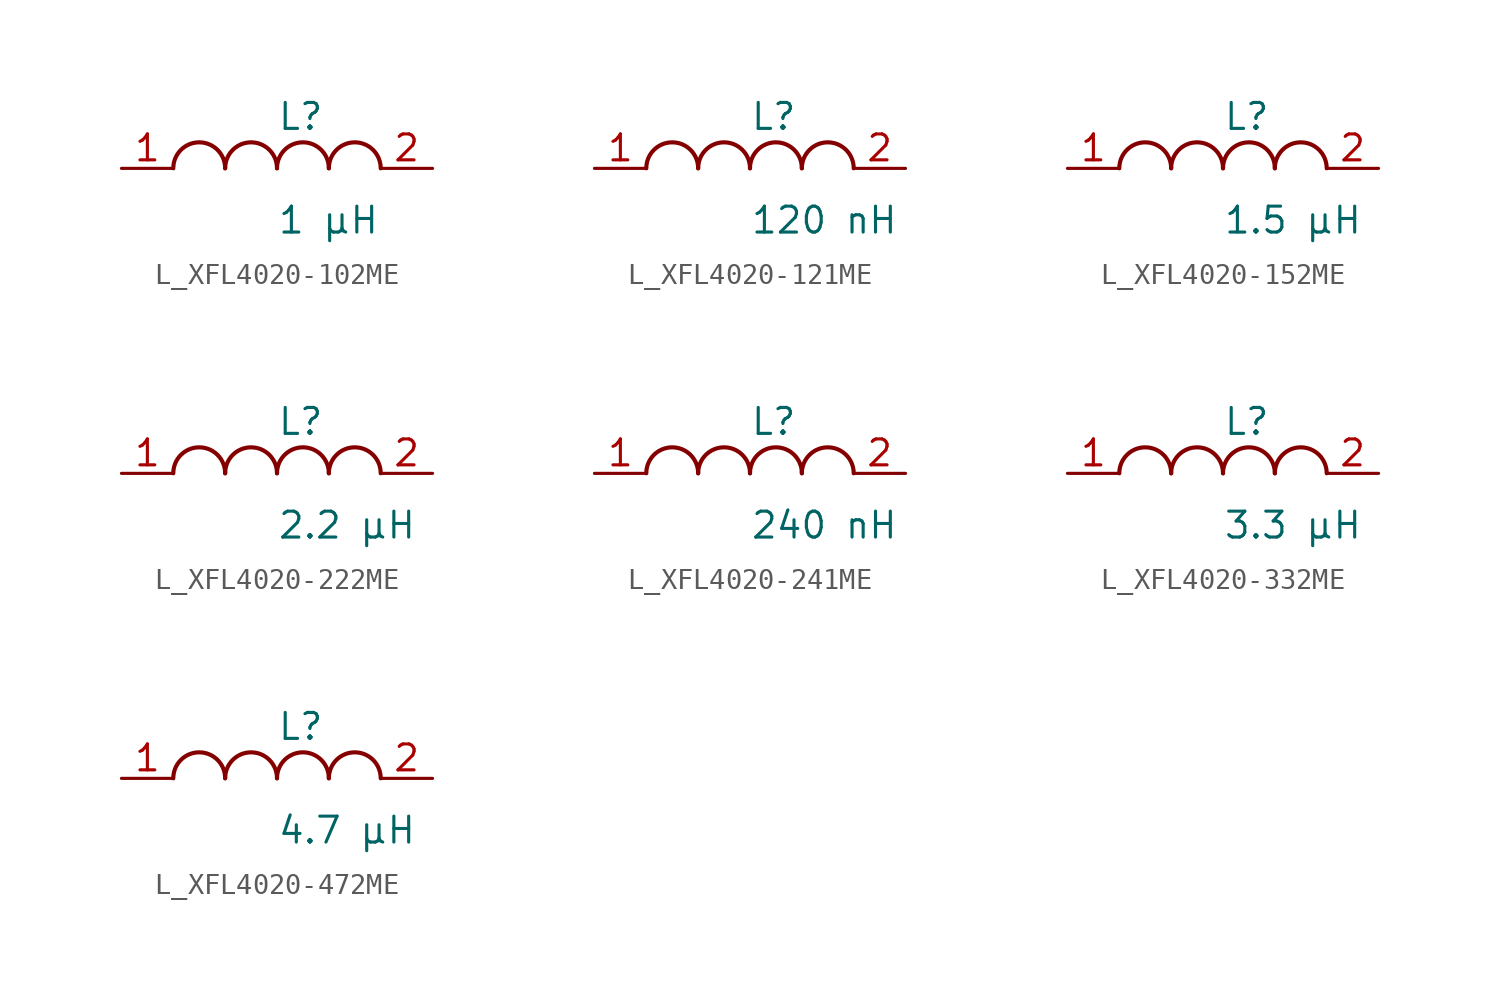
<source format=kicad_sym>
(kicad_symbol_lib
  (version 20231120)
  (generator kicad_symbol_editor)
  (generator_version 8.0)
  (symbol "L_XFL4020-102ME"
    (pin_names
      (offset 0.254))
    (property "Reference" "L"
      (at 0 2.54 0)
      (effects (font (size 1.27 1.27)) (justify left)))
    (property "Value" "1 µH"
      (at 0 -2.54 0)
      (effects (font (size 1.27 1.27)) (justify left)))
    (symbol "L_XFL4020-102ME_1_1"
      (arc (start -2.54 0.0056) (mid -3.81 1.27) (end -5.08 0.0056) (stroke (width 0.2032) (type default)) (fill (type none)))
      (arc (start 0 0.0056) (mid -1.27 1.27) (end -2.54 0.0056) (stroke (width 0.2032) (type default)) (fill (type none)))
      (arc (start 2.54 0.0056) (mid 1.27 1.27) (end 0 0.0056) (stroke (width 0.2032) (type default)) (fill (type none)))
      (arc (start 5.08 0.0056) (mid 3.81 1.27) (end 2.54 0.0056) (stroke (width 0.2032) (type default)) (fill (type none)))
      (pin unspecified line (at -7.62 0 0) (length 2.54) (name "" (effects (font (size 1.27 1.27)))) (number "1" (effects (font (size 1.27 1.27)))))
      (pin unspecified line (at 7.62 0 180) (length 2.54) (name "" (effects (font (size 1.27 1.27)))) (number "2" (effects (font (size 1.27 1.27)))))))
  (symbol "L_XFL4020-121ME"
    (pin_names
      (offset 0.254))
    (property "Reference" "L"
      (at 0 2.54 0)
      (effects (font (size 1.27 1.27)) (justify left)))
    (property "Value" "120 nH"
      (at 0 -2.54 0)
      (effects (font (size 1.27 1.27)) (justify left)))
    (symbol "L_XFL4020-121ME_1_1"
      (arc (start -2.54 0.0056) (mid -3.81 1.27) (end -5.08 0.0056) (stroke (width 0.2032) (type default)) (fill (type none)))
      (arc (start 0 0.0056) (mid -1.27 1.27) (end -2.54 0.0056) (stroke (width 0.2032) (type default)) (fill (type none)))
      (arc (start 2.54 0.0056) (mid 1.27 1.27) (end 0 0.0056) (stroke (width 0.2032) (type default)) (fill (type none)))
      (arc (start 5.08 0.0056) (mid 3.81 1.27) (end 2.54 0.0056) (stroke (width 0.2032) (type default)) (fill (type none)))
      (pin unspecified line (at -7.62 0 0) (length 2.54) (name "" (effects (font (size 1.27 1.27)))) (number "1" (effects (font (size 1.27 1.27)))))
      (pin unspecified line (at 7.62 0 180) (length 2.54) (name "" (effects (font (size 1.27 1.27)))) (number "2" (effects (font (size 1.27 1.27)))))))
  (symbol "L_XFL4020-152ME"
    (pin_names
      (offset 0.254))
    (property "Reference" "L"
      (at 0 2.54 0)
      (effects (font (size 1.27 1.27)) (justify left)))
    (property "Value" "1.5 µH"
      (at 0 -2.54 0)
      (effects (font (size 1.27 1.27)) (justify left)))
    (symbol "L_XFL4020-152ME_1_1"
      (arc (start -2.54 0.0056) (mid -3.81 1.27) (end -5.08 0.0056) (stroke (width 0.2032) (type default)) (fill (type none)))
      (arc (start 0 0.0056) (mid -1.27 1.27) (end -2.54 0.0056) (stroke (width 0.2032) (type default)) (fill (type none)))
      (arc (start 2.54 0.0056) (mid 1.27 1.27) (end 0 0.0056) (stroke (width 0.2032) (type default)) (fill (type none)))
      (arc (start 5.08 0.0056) (mid 3.81 1.27) (end 2.54 0.0056) (stroke (width 0.2032) (type default)) (fill (type none)))
      (pin unspecified line (at -7.62 0 0) (length 2.54) (name "" (effects (font (size 1.27 1.27)))) (number "1" (effects (font (size 1.27 1.27)))))
      (pin unspecified line (at 7.62 0 180) (length 2.54) (name "" (effects (font (size 1.27 1.27)))) (number "2" (effects (font (size 1.27 1.27)))))))
  (symbol "L_XFL4020-222ME"
    (pin_names
      (offset 0.254))
    (property "Reference" "L"
      (at 0 2.54 0)
      (effects (font (size 1.27 1.27)) (justify left)))
    (property "Value" "2.2 µH"
      (at 0 -2.54 0)
      (effects (font (size 1.27 1.27)) (justify left)))
    (symbol "L_XFL4020-222ME_1_1"
      (arc (start -2.54 0.0056) (mid -3.81 1.27) (end -5.08 0.0056) (stroke (width 0.2032) (type default)) (fill (type none)))
      (arc (start 0 0.0056) (mid -1.27 1.27) (end -2.54 0.0056) (stroke (width 0.2032) (type default)) (fill (type none)))
      (arc (start 2.54 0.0056) (mid 1.27 1.27) (end 0 0.0056) (stroke (width 0.2032) (type default)) (fill (type none)))
      (arc (start 5.08 0.0056) (mid 3.81 1.27) (end 2.54 0.0056) (stroke (width 0.2032) (type default)) (fill (type none)))
      (pin unspecified line (at -7.62 0 0) (length 2.54) (name "" (effects (font (size 1.27 1.27)))) (number "1" (effects (font (size 1.27 1.27)))))
      (pin unspecified line (at 7.62 0 180) (length 2.54) (name "" (effects (font (size 1.27 1.27)))) (number "2" (effects (font (size 1.27 1.27)))))))
  (symbol "L_XFL4020-241ME"
    (pin_names
      (offset 0.254))
    (property "Reference" "L"
      (at 0 2.54 0)
      (effects (font (size 1.27 1.27)) (justify left)))
    (property "Value" "240 nH"
      (at 0 -2.54 0)
      (effects (font (size 1.27 1.27)) (justify left)))
    (symbol "L_XFL4020-241ME_1_1"
      (arc (start -2.54 0.0056) (mid -3.81 1.27) (end -5.08 0.0056) (stroke (width 0.2032) (type default)) (fill (type none)))
      (arc (start 0 0.0056) (mid -1.27 1.27) (end -2.54 0.0056) (stroke (width 0.2032) (type default)) (fill (type none)))
      (arc (start 2.54 0.0056) (mid 1.27 1.27) (end 0 0.0056) (stroke (width 0.2032) (type default)) (fill (type none)))
      (arc (start 5.08 0.0056) (mid 3.81 1.27) (end 2.54 0.0056) (stroke (width 0.2032) (type default)) (fill (type none)))
      (pin unspecified line (at -7.62 0 0) (length 2.54) (name "" (effects (font (size 1.27 1.27)))) (number "1" (effects (font (size 1.27 1.27)))))
      (pin unspecified line (at 7.62 0 180) (length 2.54) (name "" (effects (font (size 1.27 1.27)))) (number "2" (effects (font (size 1.27 1.27)))))))
  (symbol "L_XFL4020-332ME"
    (pin_names
      (offset 0.254))
    (property "Reference" "L"
      (at 0 2.54 0)
      (effects (font (size 1.27 1.27)) (justify left)))
    (property "Value" "3.3 µH"
      (at 0 -2.54 0)
      (effects (font (size 1.27 1.27)) (justify left)))
    (symbol "L_XFL4020-332ME_1_1"
      (arc (start -2.54 0.0056) (mid -3.81 1.27) (end -5.08 0.0056) (stroke (width 0.2032) (type default)) (fill (type none)))
      (arc (start 0 0.0056) (mid -1.27 1.27) (end -2.54 0.0056) (stroke (width 0.2032) (type default)) (fill (type none)))
      (arc (start 2.54 0.0056) (mid 1.27 1.27) (end 0 0.0056) (stroke (width 0.2032) (type default)) (fill (type none)))
      (arc (start 5.08 0.0056) (mid 3.81 1.27) (end 2.54 0.0056) (stroke (width 0.2032) (type default)) (fill (type none)))
      (pin unspecified line (at -7.62 0 0) (length 2.54) (name "" (effects (font (size 1.27 1.27)))) (number "1" (effects (font (size 1.27 1.27)))))
      (pin unspecified line (at 7.62 0 180) (length 2.54) (name "" (effects (font (size 1.27 1.27)))) (number "2" (effects (font (size 1.27 1.27)))))))
  (symbol "L_XFL4020-472ME"
    (pin_names
      (offset 0.254))
    (property "Reference" "L"
      (at 0 2.54 0)
      (effects (font (size 1.27 1.27)) (justify left)))
    (property "Value" "4.7 µH"
      (at 0 -2.54 0)
      (effects (font (size 1.27 1.27)) (justify left)))
    (symbol "L_XFL4020-472ME_1_1"
      (arc (start -2.54 0.0056) (mid -3.81 1.27) (end -5.08 0.0056) (stroke (width 0.2032) (type default)) (fill (type none)))
      (arc (start 0 0.0056) (mid -1.27 1.27) (end -2.54 0.0056) (stroke (width 0.2032) (type default)) (fill (type none)))
      (arc (start 2.54 0.0056) (mid 1.27 1.27) (end 0 0.0056) (stroke (width 0.2032) (type default)) (fill (type none)))
      (arc (start 5.08 0.0056) (mid 3.81 1.27) (end 2.54 0.0056) (stroke (width 0.2032) (type default)) (fill (type none)))
      (pin unspecified line (at -7.62 0 0) (length 2.54) (name "" (effects (font (size 1.27 1.27)))) (number "1" (effects (font (size 1.27 1.27)))))
      (pin unspecified line (at 7.62 0 180) (length 2.54) (name "" (effects (font (size 1.27 1.27)))) (number "2" (effects (font (size 1.27 1.27))))))))
</source>
